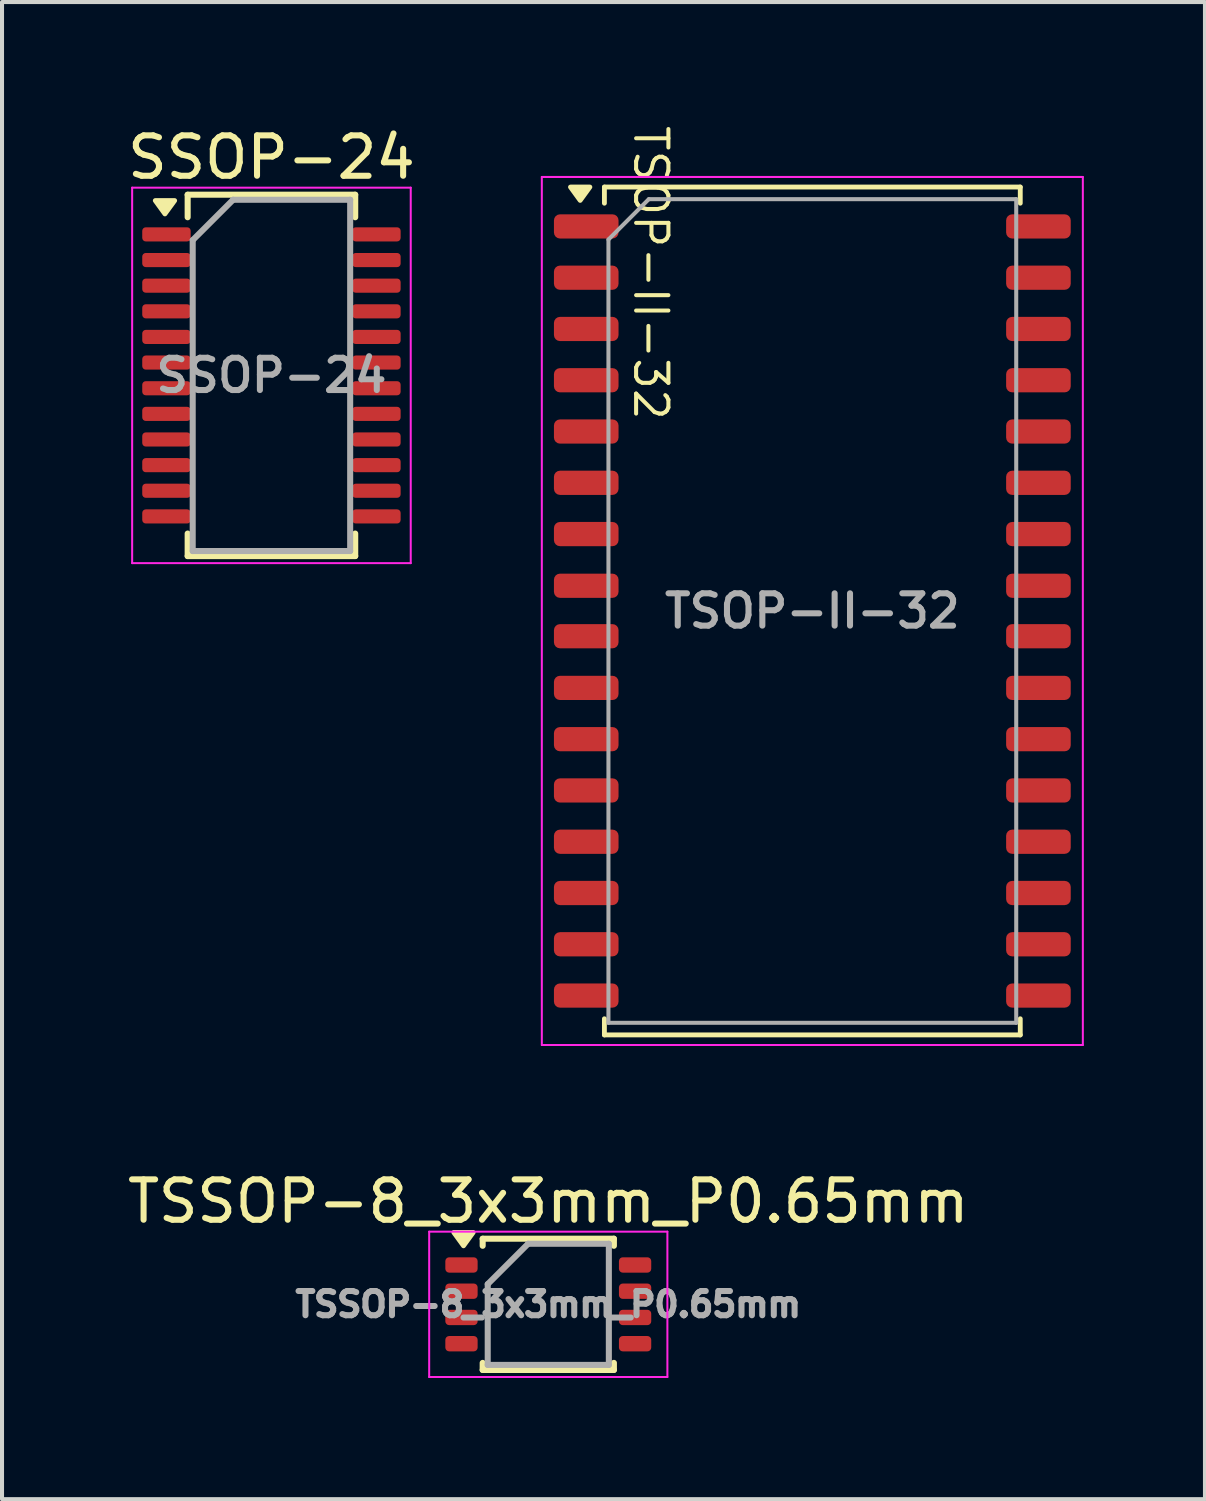
<source format=kicad_pcb>
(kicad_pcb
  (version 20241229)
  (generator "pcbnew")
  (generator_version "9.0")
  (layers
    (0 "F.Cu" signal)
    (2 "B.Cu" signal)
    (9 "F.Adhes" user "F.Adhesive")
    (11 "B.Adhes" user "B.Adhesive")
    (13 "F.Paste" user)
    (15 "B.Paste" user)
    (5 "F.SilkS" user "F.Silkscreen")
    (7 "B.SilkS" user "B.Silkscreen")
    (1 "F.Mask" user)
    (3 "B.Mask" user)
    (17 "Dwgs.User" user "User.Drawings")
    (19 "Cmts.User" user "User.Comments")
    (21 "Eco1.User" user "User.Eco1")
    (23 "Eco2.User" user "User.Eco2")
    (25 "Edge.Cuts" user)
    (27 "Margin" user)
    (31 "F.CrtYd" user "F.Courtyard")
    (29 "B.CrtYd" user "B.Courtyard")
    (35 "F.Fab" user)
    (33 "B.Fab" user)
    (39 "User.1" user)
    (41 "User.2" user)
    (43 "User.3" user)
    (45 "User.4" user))
  (footprint "TSOP-II-32"
    (layer "F.Cu")
    (at 17.07 12.083)
    (property "Reference" "TSOP-II-32" (at -4 -8.375 270) (unlocked yes) (layer "F.SilkS") (effects (font (size 0.8 0.8) (thickness 0.1))))
    (attr smd)
    (fp_line (start -5.15 -10.5) (end -5.15 -10.1) (stroke (width 0.12) (type solid)) (layer "F.SilkS"))
    (fp_line (start -5.15 -10.5) (end 5.15 -10.5) (stroke (width 0.12) (type solid)) (layer "F.SilkS"))
    (fp_line (start -5.15 10.5) (end -5.15 10.1) (stroke (width 0.12) (type solid)) (layer "F.SilkS"))
    (fp_line (start 5.15 -10.5) (end 5.15 -10.1) (stroke (width 0.12) (type solid)) (layer "F.SilkS"))
    (fp_line (start 5.15 10.5) (end -5.15 10.5) (stroke (width 0.12) (type solid)) (layer "F.SilkS"))
    (fp_line (start 5.15 10.5) (end 5.15 10.1) (stroke (width 0.12) (type solid)) (layer "F.SilkS"))
    (fp_poly (pts (xy -5.75 -10.17) (xy -5.99 -10.5) (xy -5.51 -10.5) (xy -5.75 -10.17)) (stroke (width 0.12) (type solid)) (fill yes) (layer "F.SilkS"))
    (fp_line (start -6.7 -10.75) (end -6.7 10.75) (stroke (width 0.05) (type solid)) (layer "F.CrtYd"))
    (fp_line (start -6.7 -10.75) (end 6.7 -10.75) (stroke (width 0.05) (type solid)) (layer "F.CrtYd"))
    (fp_line (start -6.7 10.75) (end 6.7 10.75) (stroke (width 0.05) (type solid)) (layer "F.CrtYd"))
    (fp_line (start 6.7 -10.75) (end 6.7 10.75) (stroke (width 0.05) (type solid)) (layer "F.CrtYd"))
    (fp_line (start -5.05 -9.2) (end -4.05 -10.2) (stroke (width 0.1) (type solid)) (layer "F.Fab"))
    (fp_line (start -5.05 10.2) (end -5.05 -9.2) (stroke (width 0.1) (type solid)) (layer "F.Fab"))
    (fp_line (start -4.05 -10.2) (end 5.05 -10.2) (stroke (width 0.1) (type solid)) (layer "F.Fab"))
    (fp_line (start 5.05 -10.2) (end 5.05 10.2) (stroke (width 0.1) (type solid)) (layer "F.Fab"))
    (fp_line (start 5.05 10.2) (end -5.05 10.2) (stroke (width 0.1) (type solid)) (layer "F.Fab"))
    (fp_text user "${REFERENCE}" (at 0 0 0) (layer "F.Fab") (effects (font (size 0.8 0.8) (thickness 0.15))))
    (pad "1" smd roundrect (at -5.6 -9.525) (size 1.6 0.6) (layers "F.Cu" "F.Mask" "F.Paste") (roundrect_rratio 0.25))
    (pad "2" smd roundrect (at -5.6 -8.255) (size 1.6 0.6) (layers "F.Cu" "F.Mask" "F.Paste") (roundrect_rratio 0.25))
    (pad "3" smd roundrect (at -5.6 -6.985) (size 1.6 0.6) (layers "F.Cu" "F.Mask" "F.Paste") (roundrect_rratio 0.25))
    (pad "4" smd roundrect (at -5.6 -5.715) (size 1.6 0.6) (layers "F.Cu" "F.Mask" "F.Paste") (roundrect_rratio 0.25))
    (pad "5" smd roundrect (at -5.6 -4.445) (size 1.6 0.6) (layers "F.Cu" "F.Mask" "F.Paste") (roundrect_rratio 0.25))
    (pad "6" smd roundrect (at -5.6 -3.175) (size 1.6 0.6) (layers "F.Cu" "F.Mask" "F.Paste") (roundrect_rratio 0.25))
    (pad "7" smd roundrect (at -5.6 -1.905) (size 1.6 0.6) (layers "F.Cu" "F.Mask" "F.Paste") (roundrect_rratio 0.25))
    (pad "8" smd roundrect (at -5.6 -0.625) (size 1.6 0.6) (layers "F.Cu" "F.Mask" "F.Paste") (roundrect_rratio 0.25))
    (pad "9" smd roundrect (at -5.6 0.625) (size 1.6 0.6) (layers "F.Cu" "F.Mask" "F.Paste") (roundrect_rratio 0.25))
    (pad "10" smd roundrect (at -5.6 1.905) (size 1.6 0.6) (layers "F.Cu" "F.Mask" "F.Paste") (roundrect_rratio 0.25))
    (pad "11" smd roundrect (at -5.6 3.175) (size 1.6 0.6) (layers "F.Cu" "F.Mask" "F.Paste") (roundrect_rratio 0.25))
    (pad "12" smd roundrect (at -5.6 4.445) (size 1.6 0.6) (layers "F.Cu" "F.Mask" "F.Paste") (roundrect_rratio 0.25))
    (pad "13" smd roundrect (at -5.6 5.715) (size 1.6 0.6) (layers "F.Cu" "F.Mask" "F.Paste") (roundrect_rratio 0.25))
    (pad "14" smd roundrect (at -5.6 6.985) (size 1.6 0.6) (layers "F.Cu" "F.Mask" "F.Paste") (roundrect_rratio 0.25))
    (pad "15" smd roundrect (at -5.6 8.255) (size 1.6 0.6) (layers "F.Cu" "F.Mask" "F.Paste") (roundrect_rratio 0.25))
    (pad "16" smd roundrect (at -5.6 9.525) (size 1.6 0.6) (layers "F.Cu" "F.Mask" "F.Paste") (roundrect_rratio 0.25))
    (pad "17" smd roundrect (at 5.6 9.525) (size 1.6 0.6) (layers "F.Cu" "F.Mask" "F.Paste") (roundrect_rratio 0.25))
    (pad "18" smd roundrect (at 5.6 8.255) (size 1.6 0.6) (layers "F.Cu" "F.Mask" "F.Paste") (roundrect_rratio 0.25))
    (pad "19" smd roundrect (at 5.6 6.985) (size 1.6 0.6) (layers "F.Cu" "F.Mask" "F.Paste") (roundrect_rratio 0.25))
    (pad "20" smd roundrect (at 5.6 5.715) (size 1.6 0.6) (layers "F.Cu" "F.Mask" "F.Paste") (roundrect_rratio 0.25))
    (pad "21" smd roundrect (at 5.6 4.445) (size 1.6 0.6) (layers "F.Cu" "F.Mask" "F.Paste") (roundrect_rratio 0.25))
    (pad "22" smd roundrect (at 5.6 3.175) (size 1.6 0.6) (layers "F.Cu" "F.Mask" "F.Paste") (roundrect_rratio 0.25))
    (pad "23" smd roundrect (at 5.6 1.905) (size 1.6 0.6) (layers "F.Cu" "F.Mask" "F.Paste") (roundrect_rratio 0.25))
    (pad "24" smd roundrect (at 5.6 0.625) (size 1.6 0.6) (layers "F.Cu" "F.Mask" "F.Paste") (roundrect_rratio 0.25))
    (pad "25" smd roundrect (at 5.6 -0.625) (size 1.6 0.6) (layers "F.Cu" "F.Mask" "F.Paste") (roundrect_rratio 0.25))
    (pad "26" smd roundrect (at 5.6 -1.905) (size 1.6 0.6) (layers "F.Cu" "F.Mask" "F.Paste") (roundrect_rratio 0.25))
    (pad "27" smd roundrect (at 5.6 -3.175) (size 1.6 0.6) (layers "F.Cu" "F.Mask" "F.Paste") (roundrect_rratio 0.25))
    (pad "28" smd roundrect (at 5.6 -4.445) (size 1.6 0.6) (layers "F.Cu" "F.Mask" "F.Paste") (roundrect_rratio 0.25))
    (pad "29" smd roundrect (at 5.6 -5.715) (size 1.6 0.6) (layers "F.Cu" "F.Mask" "F.Paste") (roundrect_rratio 0.25))
    (pad "30" smd roundrect (at 5.6 -6.985) (size 1.6 0.6) (layers "F.Cu" "F.Mask" "F.Paste") (roundrect_rratio 0.25))
    (pad "31" smd roundrect (at 5.6 -8.255) (size 1.6 0.6) (layers "F.Cu" "F.Mask" "F.Paste") (roundrect_rratio 0.25))
    (pad "32" smd roundrect (at 5.6 -9.525) (size 1.6 0.6) (layers "F.Cu" "F.Mask" "F.Paste") (roundrect_rratio 0.25)))
  (footprint "TSSOP-8_3x3mm_P0.65mm"
    (layer "F.Cu")
    (at 10.53 29.256)
    (property "Reference" "TSSOP-8_3x3mm_P0.65mm" (at 0 -2.55 0) (layer "F.SilkS") (effects (font (size 1 1) (thickness 0.15))))
    (attr smd)
    (fp_line (start -1.625 -1.625) (end -1.625 -1.45) (stroke (width 0.15) (type solid)) (layer "F.SilkS"))
    (fp_line (start -1.625 -1.625) (end 1.625 -1.625) (stroke (width 0.15) (type solid)) (layer "F.SilkS"))
    (fp_line (start -1.625 1.45) (end -1.625 1.625) (stroke (width 0.15) (type solid)) (layer "F.SilkS"))
    (fp_line (start -1.625 1.625) (end 1.625 1.625) (stroke (width 0.15) (type solid)) (layer "F.SilkS"))
    (fp_line (start 1.625 -1.625) (end 1.625 -1.45) (stroke (width 0.15) (type solid)) (layer "F.SilkS"))
    (fp_line (start 1.625 1.45) (end 1.625 1.625) (stroke (width 0.15) (type solid)) (layer "F.SilkS"))
    (fp_poly (pts (xy -2.1 -1.45) (xy -2.34 -1.78) (xy -1.86 -1.78) (xy -2.1 -1.45)) (stroke (width 0.12) (type solid)) (fill yes) (layer "F.SilkS"))
    (fp_line (start -2.95 -1.8) (end -2.95 1.8) (stroke (width 0.05) (type solid)) (layer "F.CrtYd"))
    (fp_line (start -2.95 -1.8) (end 2.95 -1.8) (stroke (width 0.05) (type solid)) (layer "F.CrtYd"))
    (fp_line (start -2.95 1.8) (end 2.95 1.8) (stroke (width 0.05) (type solid)) (layer "F.CrtYd"))
    (fp_line (start 2.95 -1.8) (end 2.95 1.8) (stroke (width 0.05) (type solid)) (layer "F.CrtYd"))
    (fp_line (start -1.5 -0.5) (end -0.5 -1.5) (stroke (width 0.15) (type solid)) (layer "F.Fab"))
    (fp_line (start -1.5 1.5) (end -1.5 -0.5) (stroke (width 0.15) (type solid)) (layer "F.Fab"))
    (fp_line (start -0.5 -1.5) (end 1.5 -1.5) (stroke (width 0.15) (type solid)) (layer "F.Fab"))
    (fp_line (start 1.5 -1.5) (end 1.5 1.5) (stroke (width 0.15) (type solid)) (layer "F.Fab"))
    (fp_line (start 1.5 1.5) (end -1.5 1.5) (stroke (width 0.15) (type solid)) (layer "F.Fab"))
    (fp_text user "${REFERENCE}" (at 0 0 0) (layer "F.Fab") (effects (font (size 0.6 0.6) (thickness 0.15))))
    (pad "1" smd roundrect (at -2.15 -0.975) (size 0.8 0.38) (layers "F.Cu" "F.Mask" "F.Paste") (roundrect_rratio 0.25))
    (pad "2" smd roundrect (at -2.15 -0.325) (size 0.8 0.38) (layers "F.Cu" "F.Mask" "F.Paste") (roundrect_rratio 0.25))
    (pad "3" smd roundrect (at -2.15 0.325) (size 0.8 0.38) (layers "F.Cu" "F.Mask" "F.Paste") (roundrect_rratio 0.25))
    (pad "4" smd roundrect (at -2.15 0.975) (size 0.8 0.38) (layers "F.Cu" "F.Mask" "F.Paste") (roundrect_rratio 0.25))
    (pad "5" smd roundrect (at 2.15 0.975) (size 0.8 0.38) (layers "F.Cu" "F.Mask" "F.Paste") (roundrect_rratio 0.25))
    (pad "6" smd roundrect (at 2.15 0.325) (size 0.8 0.38) (layers "F.Cu" "F.Mask" "F.Paste") (roundrect_rratio 0.25))
    (pad "7" smd roundrect (at 2.15 -0.325) (size 0.8 0.38) (layers "F.Cu" "F.Mask" "F.Paste") (roundrect_rratio 0.25))
    (pad "8" smd roundrect (at 2.15 -0.975) (size 0.8 0.38) (layers "F.Cu" "F.Mask" "F.Paste") (roundrect_rratio 0.25)))
  (footprint "SSOP-24"
    (layer "F.Cu")
    (at 3.673 6.248)
    (property "Reference" "SSOP-24" (at 0 -5.4 0) (layer "F.SilkS") (effects (font (size 1 1) (thickness 0.15))))
    (attr smd)
    (fp_line (start -2.075 -4.475) (end -2.075 -3.917) (stroke (width 0.15) (type solid)) (layer "F.SilkS"))
    (fp_line (start -2.075 -4.475) (end 2.075 -4.475) (stroke (width 0.15) (type solid)) (layer "F.SilkS"))
    (fp_line (start -2.075 4.475) (end -2.075 3.917) (stroke (width 0.15) (type solid)) (layer "F.SilkS"))
    (fp_line (start -2.075 4.475) (end 2.075 4.475) (stroke (width 0.15) (type solid)) (layer "F.SilkS"))
    (fp_line (start 2.075 -4.475) (end 2.075 -3.917) (stroke (width 0.15) (type solid)) (layer "F.SilkS"))
    (fp_line (start 2.075 4.475) (end 2.075 3.917) (stroke (width 0.15) (type solid)) (layer "F.SilkS"))
    (fp_poly (pts (xy -2.638 -4) (xy -2.877 -4.33) (xy -2.397 -4.33) (xy -2.638 -4)) (stroke (width 0.12) (type solid)) (fill yes) (layer "F.SilkS"))
    (fp_line (start -3.45 -4.65) (end -3.45 4.65) (stroke (width 0.05) (type solid)) (layer "F.CrtYd"))
    (fp_line (start -3.45 -4.65) (end 3.45 -4.65) (stroke (width 0.05) (type solid)) (layer "F.CrtYd"))
    (fp_line (start -3.45 4.65) (end 3.45 4.65) (stroke (width 0.05) (type solid)) (layer "F.CrtYd"))
    (fp_line (start 3.45 -4.65) (end 3.45 4.65) (stroke (width 0.05) (type solid)) (layer "F.CrtYd"))
    (fp_line (start -1.95 -3.35) (end -0.95 -4.35) (stroke (width 0.15) (type solid)) (layer "F.Fab"))
    (fp_line (start -1.95 4.35) (end -1.95 -3.35) (stroke (width 0.15) (type solid)) (layer "F.Fab"))
    (fp_line (start -0.95 -4.35) (end 1.95 -4.35) (stroke (width 0.15) (type solid)) (layer "F.Fab"))
    (fp_line (start 1.95 -4.35) (end 1.95 4.35) (stroke (width 0.15) (type solid)) (layer "F.Fab"))
    (fp_line (start 1.95 4.35) (end -1.95 4.35) (stroke (width 0.15) (type solid)) (layer "F.Fab"))
    (fp_text user "${REFERENCE}" (at 0 0 0) (layer "F.Fab") (effects (font (size 0.8 0.8) (thickness 0.15))))
    (pad "1" smd roundrect (at -2.6 -3.493) (size 1.2 0.35) (layers "F.Cu" "F.Mask" "F.Paste") (roundrect_rratio 0.25))
    (pad "2" smd roundrect (at -2.6 -2.857) (size 1.2 0.35) (layers "F.Cu" "F.Mask" "F.Paste") (roundrect_rratio 0.25))
    (pad "3" smd roundrect (at -2.6 -2.223) (size 1.2 0.35) (layers "F.Cu" "F.Mask" "F.Paste") (roundrect_rratio 0.25))
    (pad "4" smd roundrect (at -2.6 -1.587) (size 1.2 0.35) (layers "F.Cu" "F.Mask" "F.Paste") (roundrect_rratio 0.25))
    (pad "5" smd roundrect (at -2.6 -0.953) (size 1.2 0.35) (layers "F.Cu" "F.Mask" "F.Paste") (roundrect_rratio 0.25))
    (pad "6" smd roundrect (at -2.6 -0.318) (size 1.2 0.35) (layers "F.Cu" "F.Mask" "F.Paste") (roundrect_rratio 0.25))
    (pad "7" smd roundrect (at -2.6 0.318) (size 1.2 0.35) (layers "F.Cu" "F.Mask" "F.Paste") (roundrect_rratio 0.25))
    (pad "8" smd roundrect (at -2.6 0.953) (size 1.2 0.35) (layers "F.Cu" "F.Mask" "F.Paste") (roundrect_rratio 0.25))
    (pad "9" smd roundrect (at -2.6 1.587) (size 1.2 0.35) (layers "F.Cu" "F.Mask" "F.Paste") (roundrect_rratio 0.25))
    (pad "10" smd roundrect (at -2.6 2.223) (size 1.2 0.35) (layers "F.Cu" "F.Mask" "F.Paste") (roundrect_rratio 0.25))
    (pad "11" smd roundrect (at -2.6 2.857) (size 1.2 0.35) (layers "F.Cu" "F.Mask" "F.Paste") (roundrect_rratio 0.25))
    (pad "12" smd roundrect (at -2.6 3.493) (size 1.2 0.35) (layers "F.Cu" "F.Mask" "F.Paste") (roundrect_rratio 0.25))
    (pad "13" smd roundrect (at 2.6 3.493) (size 1.2 0.35) (layers "F.Cu" "F.Mask" "F.Paste") (roundrect_rratio 0.25))
    (pad "14" smd roundrect (at 2.6 2.857) (size 1.2 0.35) (layers "F.Cu" "F.Mask" "F.Paste") (roundrect_rratio 0.25))
    (pad "15" smd roundrect (at 2.6 2.223) (size 1.2 0.35) (layers "F.Cu" "F.Mask" "F.Paste") (roundrect_rratio 0.25))
    (pad "16" smd roundrect (at 2.6 1.587) (size 1.2 0.35) (layers "F.Cu" "F.Mask" "F.Paste") (roundrect_rratio 0.25))
    (pad "17" smd roundrect (at 2.6 0.953) (size 1.2 0.35) (layers "F.Cu" "F.Mask" "F.Paste") (roundrect_rratio 0.25))
    (pad "18" smd roundrect (at 2.6 0.318) (size 1.2 0.35) (layers "F.Cu" "F.Mask" "F.Paste") (roundrect_rratio 0.25))
    (pad "19" smd roundrect (at 2.6 -0.318) (size 1.2 0.35) (layers "F.Cu" "F.Mask" "F.Paste") (roundrect_rratio 0.25))
    (pad "20" smd roundrect (at 2.6 -0.953) (size 1.2 0.35) (layers "F.Cu" "F.Mask" "F.Paste") (roundrect_rratio 0.25))
    (pad "21" smd roundrect (at 2.6 -1.587) (size 1.2 0.35) (layers "F.Cu" "F.Mask" "F.Paste") (roundrect_rratio 0.25))
    (pad "22" smd roundrect (at 2.6 -2.223) (size 1.2 0.35) (layers "F.Cu" "F.Mask" "F.Paste") (roundrect_rratio 0.25))
    (pad "23" smd roundrect (at 2.6 -2.857) (size 1.2 0.35) (layers "F.Cu" "F.Mask" "F.Paste") (roundrect_rratio 0.25))
    (pad "24" smd roundrect (at 2.6 -3.493) (size 1.2 0.35) (layers "F.Cu" "F.Mask" "F.Paste") (roundrect_rratio 0.25)))
  (gr_rect
    (start -3 -3)
    (end 26.795 34.081)
    (stroke (width 0.1) (type default))
    (fill no)
    (layer "Edge.Cuts")))
</source>
